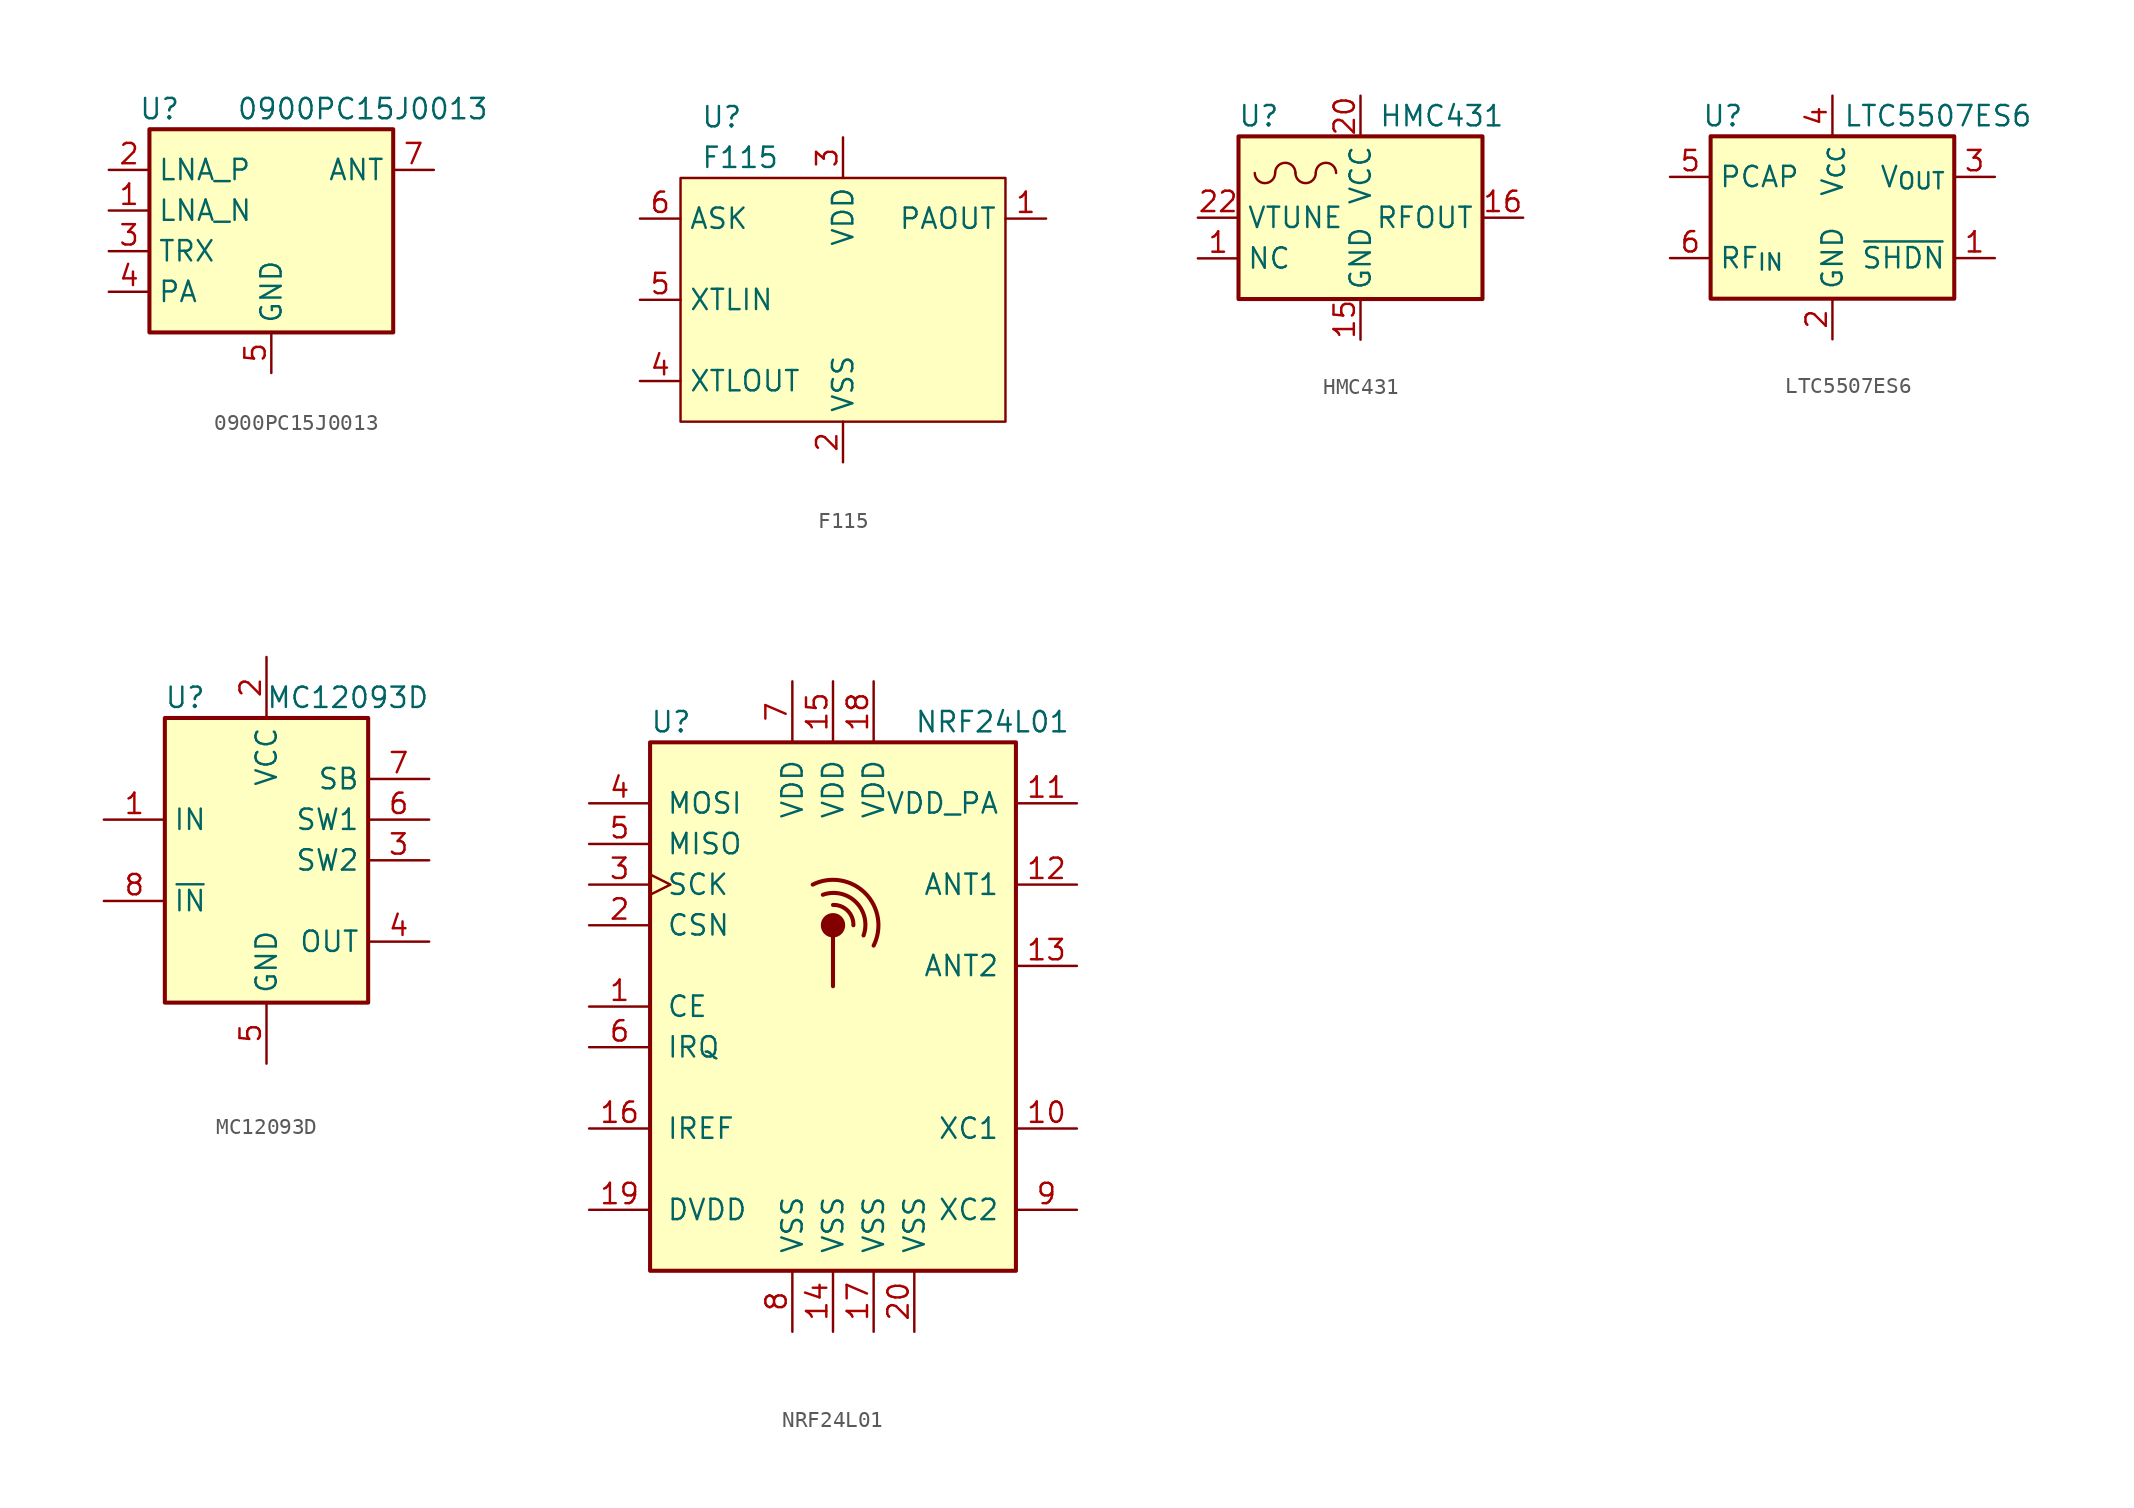
<source format=kicad_sym>
(kicad_symbol_lib
  (version 20241209)
  (generator "kicad_symbol_editor")
  (generator_version "9.0")
  (symbol "0900PC15J0013"
    (property "Reference" "U"
      (at -6.985 8.89 0)
      (effects (font (size 1.27 1.27))))
    (property "Value" "0900PC15J0013"
      (at 5.715 8.89 0)
      (effects (font (size 1.27 1.27))))
    (symbol "0900PC15J0013_0_1"
      (rectangle (start -7.62 7.62) (end 7.62 -5.08) (stroke (width 0.254) (type default)) (fill (type background))))
    (symbol "0900PC15J0013_1_1"
      (pin passive line (at -10.16 5.08 0) (length 2.54) (name "LNA_P" (effects (font (size 1.27 1.27)))) (number "2" (effects (font (size 1.27 1.27)))))
      (pin passive line (at -10.16 2.54 0) (length 2.54) (name "LNA_N" (effects (font (size 1.27 1.27)))) (number "1" (effects (font (size 1.27 1.27)))))
      (pin passive line (at -10.16 0 0) (length 2.54) (name "TRX" (effects (font (size 1.27 1.27)))) (number "3" (effects (font (size 1.27 1.27)))))
      (pin passive line (at -10.16 -2.54 0) (length 2.54) (name "PA" (effects (font (size 1.27 1.27)))) (number "4" (effects (font (size 1.27 1.27)))))
      (pin passive line (at 0 -7.62 90) (length 2.54) (hide yes) (name "GND" (effects (font (size 1.27 1.27)))) (number "10" (effects (font (size 1.27 1.27)))))
      (pin power_in line (at 0 -7.62 90) (length 2.54) (name "GND" (effects (font (size 1.27 1.27)))) (number "5" (effects (font (size 1.27 1.27)))))
      (pin passive line (at 0 -7.62 90) (length 2.54) (hide yes) (name "GND" (effects (font (size 1.27 1.27)))) (number "6" (effects (font (size 1.27 1.27)))))
      (pin passive line (at 0 -7.62 90) (length 2.54) (hide yes) (name "GND" (effects (font (size 1.27 1.27)))) (number "8" (effects (font (size 1.27 1.27)))))
      (pin passive line (at 0 -7.62 90) (length 2.54) (hide yes) (name "GND" (effects (font (size 1.27 1.27)))) (number "9" (effects (font (size 1.27 1.27)))))
      (pin passive line (at 10.16 5.08 180) (length 2.54) (name "ANT" (effects (font (size 1.27 1.27)))) (number "7" (effects (font (size 1.27 1.27)))))))
  (symbol "F115"
    (property "Reference" "U"
      (at -8.89 11.43 0)
      (effects (font (size 1.27 1.27)) (justify left)))
    (property "Value" "F115"
      (at -8.89 8.89 0)
      (effects (font (size 1.27 1.27)) (justify left)))
    (symbol "F115_0_0"
      (pin input line (at -12.7 5.08 0) (length 2.54) (name "ASK" (effects (font (size 1.27 1.27)))) (number "6" (effects (font (size 1.27 1.27)))))
      (pin input line (at -12.7 0 0) (length 2.54) (name "XTLIN" (effects (font (size 1.27 1.27)))) (number "5" (effects (font (size 1.27 1.27)))))
      (pin output line (at -12.7 -5.08 0) (length 2.54) (name "XTLOUT" (effects (font (size 1.27 1.27)))) (number "4" (effects (font (size 1.27 1.27)))))
      (pin power_in line (at 0 10.16 270) (length 2.54) (name "VDD" (effects (font (size 1.27 1.27)))) (number "3" (effects (font (size 1.27 1.27)))))
      (pin power_in line (at 0 -10.16 90) (length 2.54) (name "VSS" (effects (font (size 1.27 1.27)))) (number "2" (effects (font (size 1.27 1.27)))))
      (pin output line (at 12.7 5.08 180) (length 2.54) (name "PAOUT" (effects (font (size 1.27 1.27)))) (number "1" (effects (font (size 1.27 1.27))))))
    (symbol "F115_1_1"
      (rectangle (start -10.16 7.62) (end 10.16 -7.62) (stroke (width 0) (type default)) (fill (type background)))))
  (symbol "HMC431"
    (property "Reference" "U"
      (at -6.35 6.35 0)
      (effects (font (size 1.27 1.27))))
    (property "Value" "HMC431"
      (at 5.08 6.35 0)
      (effects (font (size 1.27 1.27))))
    (symbol "HMC431_0_1"
      (rectangle (start -7.62 5.08) (end 7.62 -5.08) (stroke (width 0.254) (type default)) (fill (type background)))
      (arc (start -5.334 2.794) (mid -5.969 2.1617) (end -6.604 2.794) (stroke (width 0) (type default)) (fill (type none)))
      (arc (start -5.334 2.794) (mid -4.699 3.4263) (end -4.064 2.794) (stroke (width 0) (type default)) (fill (type none)))
      (arc (start -2.794 2.794) (mid -3.429 2.1617) (end -4.064 2.794) (stroke (width 0) (type default)) (fill (type none)))
      (arc (start -2.794 2.794) (mid -2.159 3.4263) (end -1.524 2.794) (stroke (width 0) (type default)) (fill (type none))))
    (symbol "HMC431_1_1"
      (pin input line (at -10.16 0 0) (length 2.54) (name "VTUNE" (effects (font (size 1.27 1.27)))) (number "22" (effects (font (size 1.27 1.27)))))
      (pin passive line (at -10.16 -2.54 0) (length 2.54) (name "NC" (effects (font (size 1.27 1.27)))) (number "1" (effects (font (size 1.27 1.27)))))
      (pin passive line (at -10.16 -2.54 0) (length 2.54) (hide yes) (name "NC" (effects (font (size 1.27 1.27)))) (number "10" (effects (font (size 1.27 1.27)))))
      (pin passive line (at -10.16 -2.54 0) (length 2.54) (hide yes) (name "NC" (effects (font (size 1.27 1.27)))) (number "11" (effects (font (size 1.27 1.27)))))
      (pin passive line (at -10.16 -2.54 0) (length 2.54) (hide yes) (name "NC" (effects (font (size 1.27 1.27)))) (number "12" (effects (font (size 1.27 1.27)))))
      (pin passive line (at -10.16 -2.54 0) (length 2.54) (hide yes) (name "NC" (effects (font (size 1.27 1.27)))) (number "13" (effects (font (size 1.27 1.27)))))
      (pin passive line (at -10.16 -2.54 0) (length 2.54) (hide yes) (name "NC" (effects (font (size 1.27 1.27)))) (number "14" (effects (font (size 1.27 1.27)))))
      (pin passive line (at -10.16 -2.54 0) (length 2.54) (hide yes) (name "NC" (effects (font (size 1.27 1.27)))) (number "17" (effects (font (size 1.27 1.27)))))
      (pin passive line (at -10.16 -2.54 0) (length 2.54) (hide yes) (name "NC" (effects (font (size 1.27 1.27)))) (number "18" (effects (font (size 1.27 1.27)))))
      (pin passive line (at -10.16 -2.54 0) (length 2.54) (hide yes) (name "NC" (effects (font (size 1.27 1.27)))) (number "19" (effects (font (size 1.27 1.27)))))
      (pin passive line (at -10.16 -2.54 0) (length 2.54) (hide yes) (name "NC" (effects (font (size 1.27 1.27)))) (number "2" (effects (font (size 1.27 1.27)))))
      (pin passive line (at -10.16 -2.54 0) (length 2.54) (hide yes) (name "NC" (effects (font (size 1.27 1.27)))) (number "21" (effects (font (size 1.27 1.27)))))
      (pin passive line (at -10.16 -2.54 0) (length 2.54) (hide yes) (name "NC" (effects (font (size 1.27 1.27)))) (number "23" (effects (font (size 1.27 1.27)))))
      (pin passive line (at -10.16 -2.54 0) (length 2.54) (hide yes) (name "NC" (effects (font (size 1.27 1.27)))) (number "24" (effects (font (size 1.27 1.27)))))
      (pin passive line (at -10.16 -2.54 0) (length 2.54) (hide yes) (name "NC" (effects (font (size 1.27 1.27)))) (number "3" (effects (font (size 1.27 1.27)))))
      (pin passive line (at -10.16 -2.54 0) (length 2.54) (hide yes) (name "NC" (effects (font (size 1.27 1.27)))) (number "4" (effects (font (size 1.27 1.27)))))
      (pin passive line (at -10.16 -2.54 0) (length 2.54) (hide yes) (name "NC" (effects (font (size 1.27 1.27)))) (number "5" (effects (font (size 1.27 1.27)))))
      (pin passive line (at -10.16 -2.54 0) (length 2.54) (hide yes) (name "NC" (effects (font (size 1.27 1.27)))) (number "6" (effects (font (size 1.27 1.27)))))
      (pin passive line (at -10.16 -2.54 0) (length 2.54) (hide yes) (name "NC" (effects (font (size 1.27 1.27)))) (number "7" (effects (font (size 1.27 1.27)))))
      (pin passive line (at -10.16 -2.54 0) (length 2.54) (hide yes) (name "NC" (effects (font (size 1.27 1.27)))) (number "8" (effects (font (size 1.27 1.27)))))
      (pin passive line (at -10.16 -2.54 0) (length 2.54) (hide yes) (name "NC" (effects (font (size 1.27 1.27)))) (number "9" (effects (font (size 1.27 1.27)))))
      (pin power_in line (at 0 7.62 270) (length 2.54) (name "VCC" (effects (font (size 1.27 1.27)))) (number "20" (effects (font (size 1.27 1.27)))))
      (pin power_in line (at 0 -7.62 90) (length 2.54) (name "GND" (effects (font (size 1.27 1.27)))) (number "15" (effects (font (size 1.27 1.27)))))
      (pin passive line (at 0 -7.62 90) (length 2.54) (hide yes) (name "GND" (effects (font (size 1.27 1.27)))) (number "25" (effects (font (size 1.27 1.27)))))
      (pin output line (at 10.16 0 180) (length 2.54) (name "RFOUT" (effects (font (size 1.27 1.27)))) (number "16" (effects (font (size 1.27 1.27)))))))
  (symbol "LTC5507ES6"
    (property "Reference" "U"
      (at -6.858 6.35 0)
      (effects (font (size 1.27 1.27))))
    (property "Value" "LTC5507ES6"
      (at 6.604 6.35 0)
      (effects (font (size 1.27 1.27))))
    (symbol "LTC5507ES6_1_1"
      (rectangle (start -7.62 5.08) (end 7.62 -5.08) (stroke (width 0.254) (type default)) (fill (type background)))
      (pin passive line (at -10.16 2.54 0) (length 2.54) (name "PCAP" (effects (font (size 1.27 1.27)))) (number "5" (effects (font (size 1.27 1.27)))))
      (pin input line (at -10.16 -2.54 0) (length 2.54) (name "RF_{IN}" (effects (font (size 1.27 1.27)))) (number "6" (effects (font (size 1.27 1.27)))))
      (pin power_in line (at 0 7.62 270) (length 2.54) (name "V_{CC}" (effects (font (size 1.27 1.27)))) (number "4" (effects (font (size 1.27 1.27)))))
      (pin power_in line (at 0 -7.62 90) (length 2.54) (name "GND" (effects (font (size 1.27 1.27)))) (number "2" (effects (font (size 1.27 1.27)))))
      (pin output line (at 10.16 2.54 180) (length 2.54) (name "V_{OUT}" (effects (font (size 1.27 1.27)))) (number "3" (effects (font (size 1.27 1.27)))))
      (pin input line (at 10.16 -2.54 180) (length 2.54) (name "~{SHDN}" (effects (font (size 1.27 1.27)))) (number "1" (effects (font (size 1.27 1.27)))))))
  (symbol "MC12093D"
    (property "Reference" "U"
      (at -5.08 10.16 0)
      (effects (font (size 1.27 1.27))))
    (property "Value" "MC12093D"
      (at 5.08 10.16 0)
      (effects (font (size 1.27 1.27))))
    (symbol "MC12093D_0_1"
      (rectangle (start -6.35 8.89) (end 6.35 -8.89) (stroke (width 0.254) (type default)) (fill (type background))))
    (symbol "MC12093D_1_1"
      (pin input line (at -10.16 2.54 0) (length 3.81) (name "IN" (effects (font (size 1.27 1.27)))) (number "1" (effects (font (size 1.27 1.27)))))
      (pin input line (at -10.16 -2.54 0) (length 3.81) (name "~{IN}" (effects (font (size 1.27 1.27)))) (number "8" (effects (font (size 1.27 1.27)))))
      (pin power_in line (at 0 12.7 270) (length 3.81) (name "VCC" (effects (font (size 1.27 1.27)))) (number "2" (effects (font (size 1.27 1.27)))))
      (pin power_in line (at 0 -12.7 90) (length 3.81) (name "GND" (effects (font (size 1.27 1.27)))) (number "5" (effects (font (size 1.27 1.27)))))
      (pin input line (at 10.16 5.08 180) (length 3.81) (name "SB" (effects (font (size 1.27 1.27)))) (number "7" (effects (font (size 1.27 1.27)))))
      (pin input line (at 10.16 2.54 180) (length 3.81) (name "SW1" (effects (font (size 1.27 1.27)))) (number "6" (effects (font (size 1.27 1.27)))))
      (pin input line (at 10.16 0 180) (length 3.81) (name "SW2" (effects (font (size 1.27 1.27)))) (number "3" (effects (font (size 1.27 1.27)))))
      (pin output line (at 10.16 -5.08 180) (length 3.81) (name "OUT" (effects (font (size 1.27 1.27)))) (number "4" (effects (font (size 1.27 1.27)))))))
  (symbol "NRF24L01"
    (pin_names
      (offset 1.016))
    (property "Reference" "U"
      (at -11.43 17.78 0)
      (effects (font (size 1.27 1.27)) (justify left)))
    (property "Value" "NRF24L01"
      (at 5.08 17.78 0)
      (effects (font (size 1.27 1.27)) (justify left)))
    (symbol "NRF24L01_0_1"
      (rectangle (start -11.43 16.51) (end 11.43 -16.51) (stroke (width 0.254) (type default)) (fill (type background)))
      (arc (start -1.27 7.62) (mid 2.008 7.088) (end 2.54 3.81) (stroke (width 0.254) (type default)) (fill (type none)))
      (circle (center 0 5.08) (radius 0.635) (stroke (width 0.254) (type default)) (fill (type outline)))
      (polyline (pts (xy 0 4.445) (xy 0 1.27)) (stroke (width 0.254) (type default)) (fill (type none)))
      (arc (start -0.635 6.985) (mid 1.4383 6.5183) (end 1.905 4.445) (stroke (width 0.254) (type default)) (fill (type none)))
      (arc (start 0 6.35) (mid 0.9108 5.9908) (end 1.27 5.08) (stroke (width 0.254) (type default)) (fill (type none)))
      (rectangle (start 11.43 -13.97) (end 11.43 -13.97) (stroke (width 0) (type default)) (fill (type none))))
    (symbol "NRF24L01_1_1"
      (pin input line (at -15.24 12.7 0) (length 3.81) (name "MOSI" (effects (font (size 1.27 1.27)))) (number "4" (effects (font (size 1.27 1.27)))))
      (pin output line (at -15.24 10.16 0) (length 3.81) (name "MISO" (effects (font (size 1.27 1.27)))) (number "5" (effects (font (size 1.27 1.27)))))
      (pin input clock (at -15.24 7.62 0) (length 3.81) (name "SCK" (effects (font (size 1.27 1.27)))) (number "3" (effects (font (size 1.27 1.27)))))
      (pin input line (at -15.24 5.08 0) (length 3.81) (name "CSN" (effects (font (size 1.27 1.27)))) (number "2" (effects (font (size 1.27 1.27)))))
      (pin input line (at -15.24 0 0) (length 3.81) (name "CE" (effects (font (size 1.27 1.27)))) (number "1" (effects (font (size 1.27 1.27)))))
      (pin output line (at -15.24 -2.54 0) (length 3.81) (name "IRQ" (effects (font (size 1.27 1.27)))) (number "6" (effects (font (size 1.27 1.27)))))
      (pin passive line (at -15.24 -7.62 0) (length 3.81) (name "IREF" (effects (font (size 1.27 1.27)))) (number "16" (effects (font (size 1.27 1.27)))))
      (pin power_out line (at -15.24 -12.7 0) (length 3.81) (name "DVDD" (effects (font (size 1.27 1.27)))) (number "19" (effects (font (size 1.27 1.27)))))
      (pin power_in line (at -2.54 20.32 270) (length 3.81) (name "VDD" (effects (font (size 1.27 1.27)))) (number "7" (effects (font (size 1.27 1.27)))))
      (pin power_in line (at -2.54 -20.32 90) (length 3.81) (name "VSS" (effects (font (size 1.27 1.27)))) (number "8" (effects (font (size 1.27 1.27)))))
      (pin power_in line (at 0 20.32 270) (length 3.81) (name "VDD" (effects (font (size 1.27 1.27)))) (number "15" (effects (font (size 1.27 1.27)))))
      (pin power_in line (at 0 -20.32 90) (length 3.81) (name "VSS" (effects (font (size 1.27 1.27)))) (number "14" (effects (font (size 1.27 1.27)))))
      (pin power_in line (at 2.54 20.32 270) (length 3.81) (name "VDD" (effects (font (size 1.27 1.27)))) (number "18" (effects (font (size 1.27 1.27)))))
      (pin power_in line (at 2.54 -20.32 90) (length 3.81) (name "VSS" (effects (font (size 1.27 1.27)))) (number "17" (effects (font (size 1.27 1.27)))))
      (pin power_in line (at 5.08 -20.32 90) (length 3.81) (name "VSS" (effects (font (size 1.27 1.27)))) (number "20" (effects (font (size 1.27 1.27)))))
      (pin power_out line (at 15.24 12.7 180) (length 3.81) (name "VDD_PA" (effects (font (size 1.27 1.27)))) (number "11" (effects (font (size 1.27 1.27)))))
      (pin passive line (at 15.24 7.62 180) (length 3.81) (name "ANT1" (effects (font (size 1.27 1.27)))) (number "12" (effects (font (size 1.27 1.27)))))
      (pin passive line (at 15.24 2.54 180) (length 3.81) (name "ANT2" (effects (font (size 1.27 1.27)))) (number "13" (effects (font (size 1.27 1.27)))))
      (pin passive line (at 15.24 -7.62 180) (length 3.81) (name "XC1" (effects (font (size 1.27 1.27)))) (number "10" (effects (font (size 1.27 1.27)))))
      (pin passive line (at 15.24 -12.7 180) (length 3.81) (name "XC2" (effects (font (size 1.27 1.27)))) (number "9" (effects (font (size 1.27 1.27))))))))
</source>
